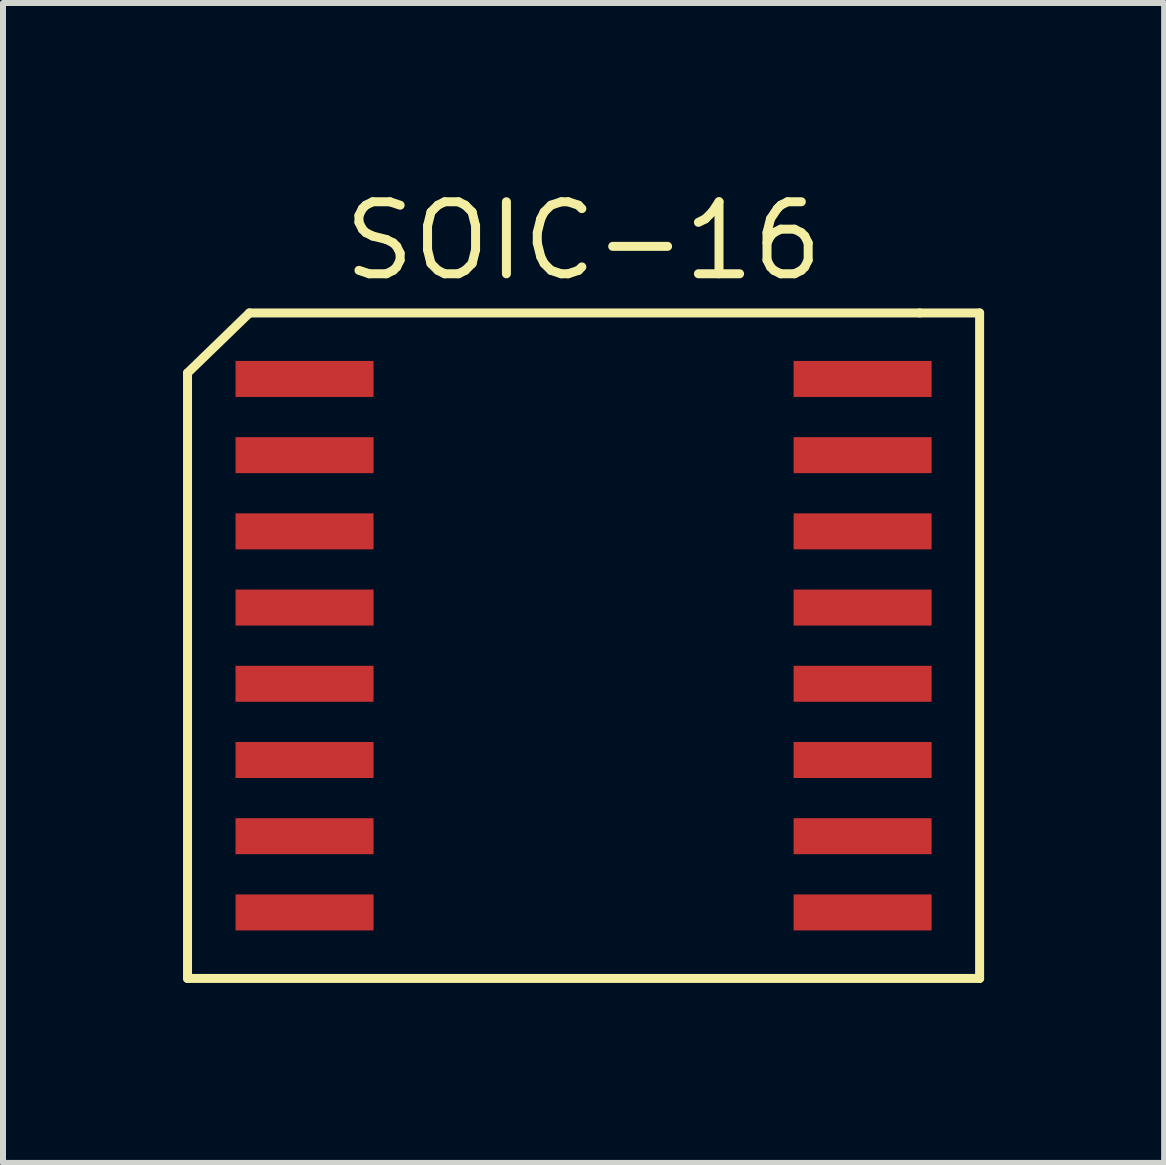
<source format=kicad_pcb>
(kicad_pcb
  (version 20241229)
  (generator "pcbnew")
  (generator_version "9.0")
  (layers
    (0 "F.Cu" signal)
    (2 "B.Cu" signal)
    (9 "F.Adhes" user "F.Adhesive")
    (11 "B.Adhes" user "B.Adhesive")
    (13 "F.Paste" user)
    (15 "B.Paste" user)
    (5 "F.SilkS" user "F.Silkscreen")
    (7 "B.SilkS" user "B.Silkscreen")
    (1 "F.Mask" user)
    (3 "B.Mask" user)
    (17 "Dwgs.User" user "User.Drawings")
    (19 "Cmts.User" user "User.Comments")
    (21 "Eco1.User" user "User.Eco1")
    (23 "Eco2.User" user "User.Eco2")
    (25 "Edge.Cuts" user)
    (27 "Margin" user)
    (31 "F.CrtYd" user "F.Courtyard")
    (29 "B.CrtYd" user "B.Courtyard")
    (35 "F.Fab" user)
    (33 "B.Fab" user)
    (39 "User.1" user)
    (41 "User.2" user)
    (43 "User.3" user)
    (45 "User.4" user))
  (footprint "SOIC-16"
    (layer "F.Cu")
    (at 6.675 7.71)
    (property "Reference" "SOIC-16" (at 0 -6.745 0) (layer "F.SilkS") (effects (font (size 1.2 1.2) (thickness 0.15))))
    (attr through_hole)
    (fp_line (start -6.6 -4.545) (end -6.6 5.545) (stroke (width 0.15) (type solid)) (layer "F.SilkS"))
    (fp_line (start -6.6 -4.545) (end -5.568 -5.545) (stroke (width 0.15) (type solid)) (layer "F.SilkS"))
    (fp_line (start -6.6 5.545) (end 6.6 5.545) (stroke (width 0.15) (type solid)) (layer "F.SilkS"))
    (fp_line (start 5.6 -5.545) (end -5.568 -5.545) (stroke (width 0.15) (type solid)) (layer "F.SilkS"))
    (fp_line (start 5.6 -5.545) (end 6.6 -5.545) (stroke (width 0.15) (type solid)) (layer "F.SilkS"))
    (fp_line (start 6.6 5.545) (end 6.6 -5.545) (stroke (width 0.15) (type solid)) (layer "F.SilkS"))
    (pad "1" smd rect (at -4.65 -4.445 270) (size 0.6 2.3) (layers "F.Cu" "F.Mask" "F.Paste"))
    (pad "2" smd rect (at -4.65 -3.175 270) (size 0.6 2.3) (layers "F.Cu" "F.Mask" "F.Paste"))
    (pad "3" smd rect (at -4.65 -1.905 270) (size 0.6 2.3) (layers "F.Cu" "F.Mask" "F.Paste"))
    (pad "4" smd rect (at -4.65 -0.635 270) (size 0.6 2.3) (layers "F.Cu" "F.Mask" "F.Paste"))
    (pad "5" smd rect (at -4.65 0.635 270) (size 0.6 2.3) (layers "F.Cu" "F.Mask" "F.Paste"))
    (pad "6" smd rect (at -4.65 1.905 270) (size 0.6 2.3) (layers "F.Cu" "F.Mask" "F.Paste"))
    (pad "7" smd rect (at -4.65 3.175 270) (size 0.6 2.3) (layers "F.Cu" "F.Mask" "F.Paste"))
    (pad "8" smd rect (at -4.65 4.445 270) (size 0.6 2.3) (layers "F.Cu" "F.Mask" "F.Paste"))
    (pad "9" smd rect (at 4.65 4.445 270) (size 0.6 2.3) (layers "F.Cu" "F.Mask" "F.Paste"))
    (pad "10" smd rect (at 4.65 3.175 270) (size 0.6 2.3) (layers "F.Cu" "F.Mask" "F.Paste"))
    (pad "11" smd rect (at 4.65 1.905 270) (size 0.6 2.3) (layers "F.Cu" "F.Mask" "F.Paste"))
    (pad "12" smd rect (at 4.65 0.635 270) (size 0.6 2.3) (layers "F.Cu" "F.Mask" "F.Paste"))
    (pad "13" smd rect (at 4.65 -0.635 270) (size 0.6 2.3) (layers "F.Cu" "F.Mask" "F.Paste"))
    (pad "14" smd rect (at 4.65 -1.905 270) (size 0.6 2.3) (layers "F.Cu" "F.Mask" "F.Paste"))
    (pad "15" smd rect (at 4.65 -3.175 270) (size 0.6 2.3) (layers "F.Cu" "F.Mask" "F.Paste"))
    (pad "16" smd rect (at 4.65 -4.445 270) (size 0.6 2.3) (layers "F.Cu" "F.Mask" "F.Paste")))
  (gr_rect
    (start -3 -3)
    (end 16.35 16.33)
    (stroke (width 0.1) (type default))
    (fill no)
    (layer "Edge.Cuts")))
</source>
